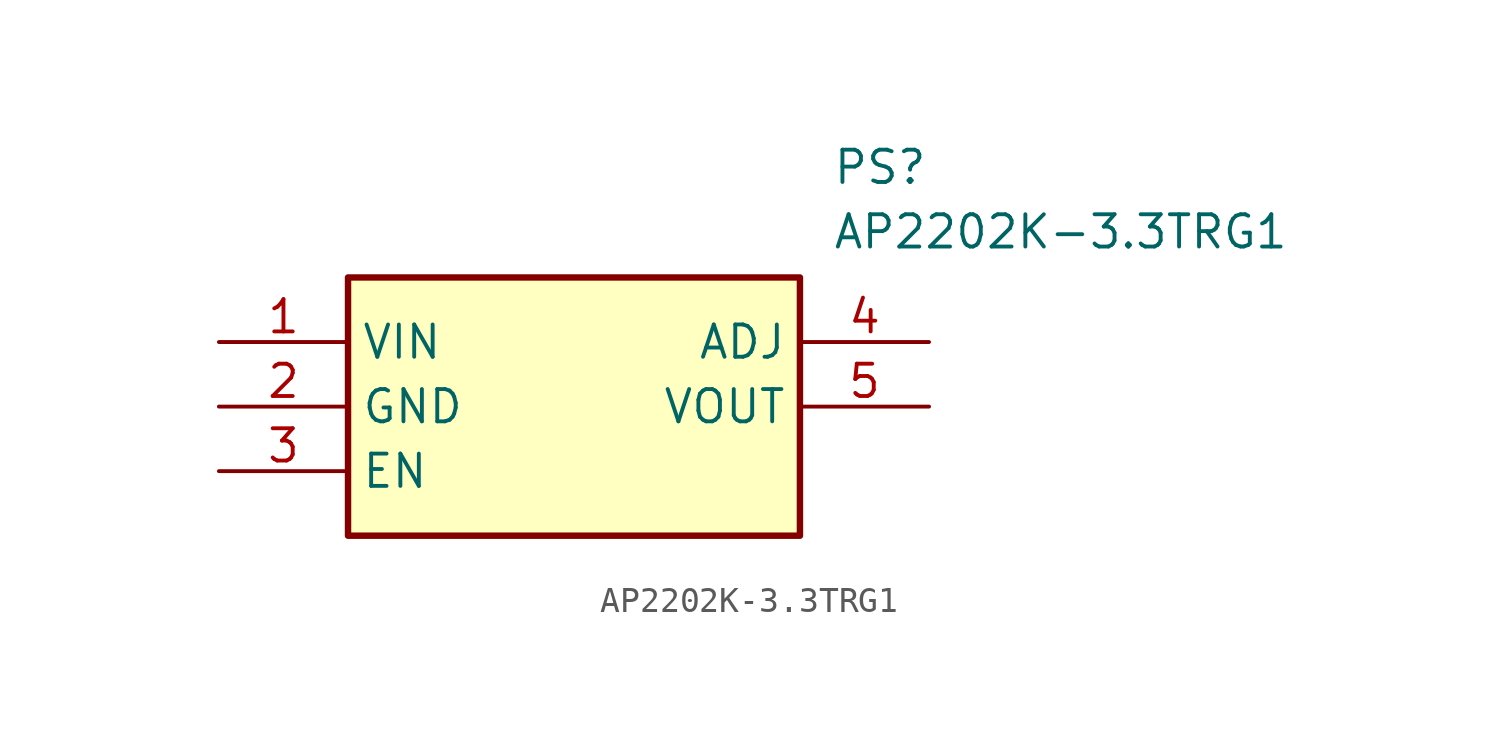
<source format=kicad_sym>
(kicad_symbol_lib
  (version 20211014)
  (generator SamacSys_ECAD_Model)
  (symbol "AP2202K-3.3TRG1"
    (property "Reference" "PS"
      (at 24.13 7.62 0)
      (effects (font (size 1.27 1.27)) (justify left top)))
    (property "Value" "AP2202K-3.3TRG1"
      (at 24.13 5.08 0)
      (effects (font (size 1.27 1.27)) (justify left top)))
    (rectangle
      (start 5.08 2.54)
      (end 22.86 -7.62)
      (stroke (width 0.254) (type default))
      (fill (type background)))
    (pin passive line
      (at 0 0 0)
      (length 5.08)
      (name "VIN" (effects (font (size 1.27 1.27))))
      (number "1" (effects (font (size 1.27 1.27)))))
    (pin passive line
      (at 0 -2.54 0)
      (length 5.08)
      (name "GND" (effects (font (size 1.27 1.27))))
      (number "2" (effects (font (size 1.27 1.27)))))
    (pin passive line
      (at 0 -5.08 0)
      (length 5.08)
      (name "EN" (effects (font (size 1.27 1.27))))
      (number "3" (effects (font (size 1.27 1.27)))))
    (pin passive line
      (at 27.94 0 180)
      (length 5.08)
      (name "ADJ" (effects (font (size 1.27 1.27))))
      (number "4" (effects (font (size 1.27 1.27)))))
    (pin passive line
      (at 27.94 -2.54 180)
      (length 5.08)
      (name "VOUT" (effects (font (size 1.27 1.27))))
      (number "5" (effects (font (size 1.27 1.27)))))))
</source>
